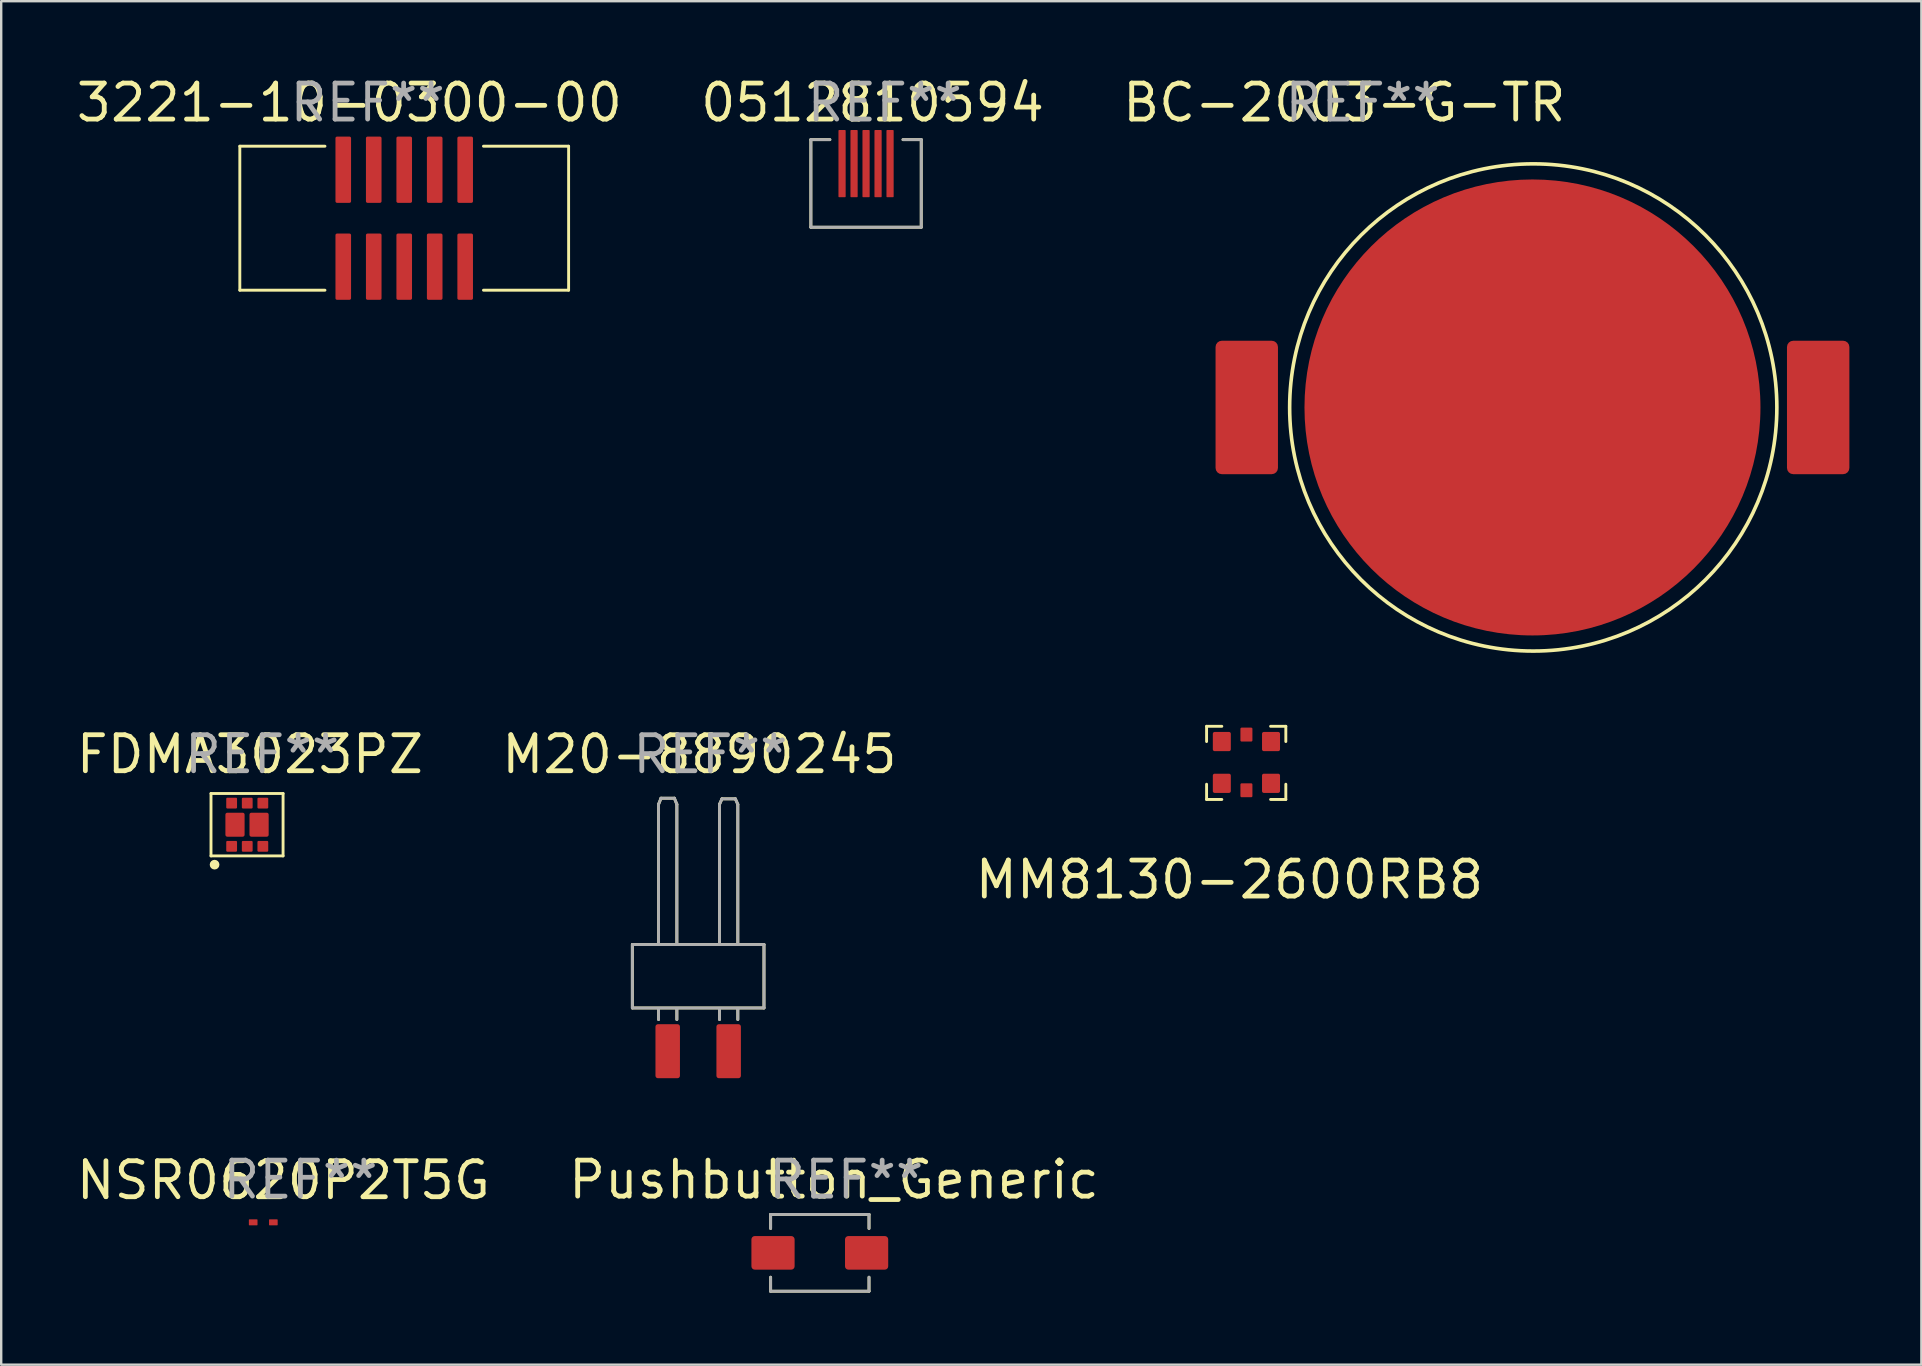
<source format=kicad_pcb>
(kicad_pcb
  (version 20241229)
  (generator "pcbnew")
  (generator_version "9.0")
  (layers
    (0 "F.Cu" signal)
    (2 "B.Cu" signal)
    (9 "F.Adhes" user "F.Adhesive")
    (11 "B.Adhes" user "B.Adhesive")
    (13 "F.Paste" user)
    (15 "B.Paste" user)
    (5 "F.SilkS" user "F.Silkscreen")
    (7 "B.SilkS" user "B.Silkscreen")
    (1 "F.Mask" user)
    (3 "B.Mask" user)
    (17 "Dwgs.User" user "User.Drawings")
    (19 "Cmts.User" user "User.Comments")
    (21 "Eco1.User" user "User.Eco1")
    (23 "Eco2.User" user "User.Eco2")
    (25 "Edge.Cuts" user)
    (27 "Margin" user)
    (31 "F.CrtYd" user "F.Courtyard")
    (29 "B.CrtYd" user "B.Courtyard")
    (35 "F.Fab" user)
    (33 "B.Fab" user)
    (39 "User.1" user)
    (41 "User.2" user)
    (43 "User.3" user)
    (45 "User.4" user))
  (footprint "Pushbutton_Generic"
    (layer "F.Cu")
    (at 29.16 49.154)
    (property "Reference" "Pushbutton_Generic" (at 2.54 -3.048 0) (layer "F.SilkS") (effects (font (size 1.5 1.5) (thickness 0.2))))
    (attr through_hole)
    (fp_line (start -0.1 -1.6) (end -0.1 -1.016) (stroke (width 0.12) (type solid)) (layer "F.SilkS"))
    (fp_line (start -0.1 -1.6) (end 4 -1.6) (stroke (width 0.12) (type solid)) (layer "F.SilkS"))
    (fp_line (start -0.1 1.6) (end -0.1 1.016) (stroke (width 0.12) (type solid)) (layer "F.SilkS"))
    (fp_line (start -0.1 1.6) (end 4 1.6) (stroke (width 0.12) (type solid)) (layer "F.SilkS"))
    (fp_line (start 4 -1.6) (end 4 -1.016) (stroke (width 0.12) (type solid)) (layer "F.SilkS"))
    (fp_line (start 4 1.6) (end 4 1.016) (stroke (width 0.12) (type solid)) (layer "F.SilkS"))
    (fp_line (start -0.1 -1.6) (end -0.1 -1.016) (stroke (width 0.12) (type solid)) (layer "F.Fab"))
    (fp_line (start -0.1 -1.6) (end 4 -1.6) (stroke (width 0.12) (type solid)) (layer "F.Fab"))
    (fp_line (start -0.1 1.6) (end -0.1 1.016) (stroke (width 0.12) (type solid)) (layer "F.Fab"))
    (fp_line (start -0.1 1.6) (end 4 1.6) (stroke (width 0.12) (type solid)) (layer "F.Fab"))
    (fp_line (start 4 -1.6) (end 4 -1.016) (stroke (width 0.12) (type solid)) (layer "F.Fab"))
    (fp_line (start 4 1.6) (end 4 1.016) (stroke (width 0.12) (type solid)) (layer "F.Fab"))
    (fp_text user "REF**" (at 3.048 -3.048 0) (layer "F.Fab") (effects (font (size 1.5 1.5) (thickness 0.2))))
    (pad "1" smd roundrect (at 0 0) (size 1.8 1.4) (layers "F.Cu" "F.Mask" "F.Paste") (roundrect_rratio 0.1))
    (pad "2" smd roundrect (at 3.9 0) (size 1.8 1.4) (layers "F.Cu" "F.Mask" "F.Paste") (roundrect_rratio 0.1)))
  (footprint "FDMA3023PZ"
    (layer "F.Cu")
    (at 6.602 30.414)
    (property "Reference" "FDMA3023PZ" (at 0.762 -2.032 0) (layer "F.SilkS") (effects (font (size 1.5 1.5) (thickness 0.2))))
    (attr through_hole)
    (fp_line (start -0.86 -0.4) (end -0.86 2.2) (stroke (width 0.12) (type solid)) (layer "F.SilkS"))
    (fp_line (start -0.86 2.2) (end 2.143 2.2) (stroke (width 0.12) (type solid)) (layer "F.SilkS"))
    (fp_line (start 2.143 -0.4) (end -0.86 -0.4) (stroke (width 0.12) (type solid)) (layer "F.SilkS"))
    (fp_line (start 2.143 2.2) (end 2.143 -0.4) (stroke (width 0.12) (type solid)) (layer "F.SilkS"))
    (fp_circle (center -0.711 2.565) (end -0.584 2.565) (stroke (width 0.15) (type solid)) (fill no) (layer "F.SilkS"))
    (fp_poly (pts (xy -0.711 2.438) (xy -0.584 2.565) (xy -0.711 2.692) (xy -0.838 2.565)) (stroke (width 0.1) (type solid)) (fill yes) (layer "F.SilkS"))
    (fp_text user "REF**" (at 1.27 -2.032 0) (layer "F.Fab") (effects (font (size 1.5 1.5) (thickness 0.2))))
    (pad "1" smd roundrect (at 0 1.8) (size 0.45 0.45) (layers "F.Cu" "F.Mask" "F.Paste") (roundrect_rratio 0.1))
    (pad "2" smd roundrect (at 0.65 1.8) (size 0.45 0.45) (layers "F.Cu" "F.Mask" "F.Paste") (roundrect_rratio 0.1))
    (pad "3" smd roundrect (at 1.143 0.9) (size 0.8 1) (layers "F.Cu" "F.Mask" "F.Paste") (roundrect_rratio 0.1))
    (pad "3" smd roundrect (at 1.3 1.8) (size 0.45 0.45) (layers "F.Cu" "F.Mask" "F.Paste") (roundrect_rratio 0.1))
    (pad "4" smd roundrect (at 1.3 0) (size 0.45 0.45) (layers "F.Cu" "F.Mask" "F.Paste") (roundrect_rratio 0.1))
    (pad "5" smd roundrect (at 0.65 0) (size 0.45 0.45) (layers "F.Cu" "F.Mask" "F.Paste") (roundrect_rratio 0.1))
    (pad "6" smd roundrect (at 0 0) (size 0.45 0.45) (layers "F.Cu" "F.Mask" "F.Paste") (roundrect_rratio 0.1))
    (pad "6" smd roundrect (at 0.14 0.9) (size 0.8 1) (layers "F.Cu" "F.Mask" "F.Paste") (roundrect_rratio 0.1)))
  (footprint "3221-10-0300-00"
    (layer "F.Cu")
    (at 11.253 4.022)
    (property "Reference" "3221-10-0300-00" (at 0.254 -2.794 0) (layer "F.SilkS") (effects (font (size 1.5 1.5) (thickness 0.2))))
    (attr through_hole)
    (fp_line (start -4.31 -0.98) (end -4.31 5.02) (stroke (width 0.12) (type solid)) (layer "F.SilkS"))
    (fp_line (start -4.31 -0.98) (end -0.762 -0.98) (stroke (width 0.12) (type solid)) (layer "F.SilkS"))
    (fp_line (start -4.31 5.02) (end -0.762 5.02) (stroke (width 0.12) (type solid)) (layer "F.SilkS"))
    (fp_line (start 9.39 -0.98) (end 5.842 -0.98) (stroke (width 0.12) (type solid)) (layer "F.SilkS"))
    (fp_line (start 9.39 -0.98) (end 9.39 5.02) (stroke (width 0.12) (type solid)) (layer "F.SilkS"))
    (fp_line (start 9.39 5.02) (end 5.842 5.02) (stroke (width 0.12) (type solid)) (layer "F.SilkS"))
    (fp_text user "REF**" (at 1.016 -2.794 0) (layer "F.Fab") (effects (font (size 1.5 1.5) (thickness 0.2))))
    (pad "1" smd roundrect (at 0 4.04) (size 0.65 2.76) (layers "F.Cu" "F.Mask" "F.Paste") (roundrect_rratio 0.1))
    (pad "2" smd roundrect (at 0 0) (size 0.65 2.76) (layers "F.Cu" "F.Mask" "F.Paste") (roundrect_rratio 0.1))
    (pad "3" smd roundrect (at 1.27 4.04) (size 0.65 2.76) (layers "F.Cu" "F.Mask" "F.Paste") (roundrect_rratio 0.1))
    (pad "4" smd roundrect (at 1.27 0) (size 0.65 2.76) (layers "F.Cu" "F.Mask" "F.Paste") (roundrect_rratio 0.1))
    (pad "5" smd roundrect (at 2.54 4.04) (size 0.65 2.76) (layers "F.Cu" "F.Mask" "F.Paste") (roundrect_rratio 0.1))
    (pad "6" smd roundrect (at 2.54 0) (size 0.65 2.76) (layers "F.Cu" "F.Mask" "F.Paste") (roundrect_rratio 0.1))
    (pad "7" smd roundrect (at 3.81 4.04) (size 0.65 2.76) (layers "F.Cu" "F.Mask" "F.Paste") (roundrect_rratio 0.1))
    (pad "8" smd roundrect (at 3.81 0) (size 0.65 2.76) (layers "F.Cu" "F.Mask" "F.Paste") (roundrect_rratio 0.1))
    (pad "9" smd roundrect (at 5.08 4.04) (size 0.65 2.76) (layers "F.Cu" "F.Mask" "F.Paste") (roundrect_rratio 0.1))
    (pad "10" smd roundrect (at 5.08 0) (size 0.65 2.76) (layers "F.Cu" "F.Mask" "F.Paste") (roundrect_rratio 0.1)))
  (footprint "0512810594"
    (layer "F.Cu")
    (at 32.037 3.768)
    (property "Reference" "0512810594" (at 1.27 -2.54 0) (layer "F.SilkS") (effects (font (size 1.5 1.5) (thickness 0.2))))
    (attr through_hole)
    (fp_line (start -1.3 -1) (end -1.3 2.65) (stroke (width 0.12) (type solid)) (layer "F.SilkS"))
    (fp_line (start -1.3 -1) (end -0.508 -1) (stroke (width 0.12) (type solid)) (layer "F.SilkS"))
    (fp_line (start -1.3 2.65) (end 3.3 2.65) (stroke (width 0.12) (type solid)) (layer "F.SilkS"))
    (fp_line (start 3.3 -1) (end 2.54 -1) (stroke (width 0.12) (type solid)) (layer "F.SilkS"))
    (fp_line (start 3.3 -1) (end 3.3 2.65) (stroke (width 0.12) (type solid)) (layer "F.SilkS"))
    (fp_line (start -1.3 -1) (end -0.508 -1) (stroke (width 0.12) (type solid)) (layer "F.Fab"))
    (fp_line (start -1.3 2.65) (end -1.3 -1) (stroke (width 0.12) (type solid)) (layer "F.Fab"))
    (fp_line (start 2.54 -1) (end 3.3 -1) (stroke (width 0.12) (type solid)) (layer "F.Fab"))
    (fp_line (start 3.3 -1) (end 3.3 2.65) (stroke (width 0.12) (type solid)) (layer "F.Fab"))
    (fp_line (start 3.3 2.65) (end -1.3 2.65) (stroke (width 0.12) (type solid)) (layer "F.Fab"))
    (fp_text user "REF**" (at 1.778 -2.54 0) (layer "F.Fab") (effects (font (size 1.5 1.5) (thickness 0.2))))
    (pad "1" smd roundrect (at 0 0) (size 0.3 2.8) (layers "F.Cu" "F.Mask" "F.Paste") (roundrect_rratio 0.1))
    (pad "2" smd roundrect (at 0.5 0) (size 0.3 2.8) (layers "F.Cu" "F.Mask" "F.Paste") (roundrect_rratio 0.1))
    (pad "3" smd roundrect (at 1 0) (size 0.3 2.8) (layers "F.Cu" "F.Mask" "F.Paste") (roundrect_rratio 0.1))
    (pad "4" smd roundrect (at 1.5 0) (size 0.3 2.8) (layers "F.Cu" "F.Mask" "F.Paste") (roundrect_rratio 0.1))
    (pad "5" smd roundrect (at 2 0) (size 0.3 2.8) (layers "F.Cu" "F.Mask" "F.Paste") (roundrect_rratio 0.1)))
  (footprint "NSR0620P2T5G"
    (layer "F.Cu")
    (at 7.5 47.883)
    (property "Reference" "NSR0620P2T5G" (at 1.257 -1.752 0) (layer "F.SilkS") (effects (font (size 1.5 1.5) (thickness 0.2))))
    (attr through_hole)
    (fp_text user "REF**" (at 1.968 -1.777 0) (layer "F.Fab") (effects (font (size 1.5 1.5) (thickness 0.2))))
    (pad "1" smd roundrect (at 0 0) (size 0.36 0.25) (layers "F.Cu" "F.Mask" "F.Paste") (roundrect_rratio 0.1))
    (pad "2" smd roundrect (at 0.84 0) (size 0.36 0.25) (layers "F.Cu" "F.Mask" "F.Paste") (roundrect_rratio 0.1)))
  (footprint "MM8130-2600RB8"
    (layer "F.Cu")
    (at 47.861 27.849)
    (property "Reference" "MM8130-2600RB8" (at 0.318 5.754 0) (layer "F.SilkS") (effects (font (size 1.5 1.5) (thickness 0.2))))
    (attr through_hole)
    (fp_line (start -0.635 0) (end -0.635 -0.635) (stroke (width 0.12) (type solid)) (layer "F.SilkS"))
    (fp_line (start -0.635 1.778) (end -0.635 2.413) (stroke (width 0.12) (type solid)) (layer "F.SilkS"))
    (fp_line (start 0 -0.635) (end -0.635 -0.635) (stroke (width 0.12) (type solid)) (layer "F.SilkS"))
    (fp_line (start 0 2.413) (end -0.635 2.413) (stroke (width 0.12) (type solid)) (layer "F.SilkS"))
    (fp_line (start 2.032 -0.635) (end 2.667 -0.635) (stroke (width 0.12) (type solid)) (layer "F.SilkS"))
    (fp_line (start 2.032 2.413) (end 2.667 2.413) (stroke (width 0.12) (type solid)) (layer "F.SilkS"))
    (fp_line (start 2.667 0) (end 2.667 -0.635) (stroke (width 0.12) (type solid)) (layer "F.SilkS"))
    (fp_line (start 2.667 1.778) (end 2.667 2.413) (stroke (width 0.12) (type solid)) (layer "F.SilkS"))
    (pad "1" smd roundrect (at 1.025 -0.29) (size 0.5 0.58) (layers "F.Cu" "F.Mask" "F.Paste") (roundrect_rratio 0.1))
    (pad "2" smd roundrect (at 1.025 2.03) (size 0.5 0.58) (layers "F.Cu" "F.Mask" "F.Paste") (roundrect_rratio 0.1))
    (pad "3" smd roundrect (at 0 0) (size 0.75 0.8) (layers "F.Cu" "F.Mask" "F.Paste") (roundrect_rratio 0.1))
    (pad "3" smd roundrect (at 0 1.74) (size 0.75 0.8) (layers "F.Cu" "F.Mask" "F.Paste") (roundrect_rratio 0.1))
    (pad "3" smd roundrect (at 2.05 0) (size 0.75 0.8) (layers "F.Cu" "F.Mask" "F.Paste") (roundrect_rratio 0.1))
    (pad "3" smd roundrect (at 2.05 1.74) (size 0.75 0.8) (layers "F.Cu" "F.Mask" "F.Paste") (roundrect_rratio 0.1)))
  (footprint "BC-2003-G-TR"
    (layer "F.Cu")
    (at 48.9 13.928)
    (property "Reference" "BC-2003-G-TR" (at 4.064 -12.7 0) (layer "F.SilkS") (effects (font (size 1.5 1.5) (thickness 0.2))))
    (attr through_hole)
    (fp_circle (center 11.938 0) (end 17.272 8.636) (stroke (width 0.15) (type solid)) (fill no) (layer "F.SilkS"))
    (fp_text user "REF**" (at 4.826 -12.7 0) (layer "F.Fab") (effects (font (size 1.5 1.5) (thickness 0.2))))
    (pad "" smd roundrect (at 23.81 0) (size 2.6 5.56) (layers "F.Cu" "F.Mask" "F.Paste") (roundrect_rratio 0.1))
    (pad "1" smd roundrect (at 0 0) (size 2.6 5.56) (layers "F.Cu" "F.Mask" "F.Paste") (roundrect_rratio 0.1))
    (pad "2" smd circle (at 11.905 0) (size 19 19) (layers "F.Cu" "F.Mask" "F.Paste")))
  (footprint "M20-8890245"
    (layer "F.Cu")
    (at 24.772 40.752)
    (property "Reference" "M20-8890245" (at 1.321 -12.37 0) (layer "F.SilkS") (effects (font (size 1.5 1.5) (thickness 0.2))))
    (attr through_hole)
    (fp_line (start -1.473 -4.445) (end -1.473 -1.803) (stroke (width 0.12) (type solid)) (layer "F.SilkS"))
    (fp_line (start -1.47 -4.445) (end 4.01 -4.445) (stroke (width 0.12) (type solid)) (layer "F.SilkS"))
    (fp_line (start -1.47 -1.803) (end 4.01 -1.803) (stroke (width 0.12) (type solid)) (layer "F.SilkS"))
    (fp_line (start -0.381 -10.287) (end -0.279 -10.541) (stroke (width 0.12) (type solid)) (layer "F.SilkS"))
    (fp_line (start -0.381 -4.445) (end -0.381 -10.287) (stroke (width 0.12) (type solid)) (layer "F.SilkS"))
    (fp_line (start -0.381 -1.321) (end -0.381 -1.778) (stroke (width 0.12) (type solid)) (layer "F.SilkS"))
    (fp_line (start 0.279 -10.541) (end -0.279 -10.541) (stroke (width 0.12) (type solid)) (layer "F.SilkS"))
    (fp_line (start 0.381 -10.287) (end 0.279 -10.541) (stroke (width 0.12) (type solid)) (layer "F.SilkS"))
    (fp_line (start 0.381 -4.445) (end 0.381 -10.287) (stroke (width 0.12) (type solid)) (layer "F.SilkS"))
    (fp_line (start 0.381 -1.321) (end 0.381 -1.778) (stroke (width 0.12) (type solid)) (layer "F.SilkS"))
    (fp_line (start 2.159 -10.287) (end 2.261 -10.516) (stroke (width 0.12) (type solid)) (layer "F.SilkS"))
    (fp_line (start 2.159 -4.445) (end 2.159 -10.287) (stroke (width 0.12) (type solid)) (layer "F.SilkS"))
    (fp_line (start 2.159 -1.321) (end 2.159 -1.778) (stroke (width 0.12) (type solid)) (layer "F.SilkS"))
    (fp_line (start 2.819 -10.516) (end 2.261 -10.516) (stroke (width 0.12) (type solid)) (layer "F.SilkS"))
    (fp_line (start 2.921 -10.287) (end 2.819 -10.516) (stroke (width 0.12) (type solid)) (layer "F.SilkS"))
    (fp_line (start 2.921 -4.445) (end 2.921 -10.287) (stroke (width 0.12) (type solid)) (layer "F.SilkS"))
    (fp_line (start 2.921 -1.321) (end 2.921 -1.778) (stroke (width 0.12) (type solid)) (layer "F.SilkS"))
    (fp_line (start 4.01 -4.445) (end 4.01 -1.803) (stroke (width 0.12) (type solid)) (layer "F.SilkS"))
    (fp_line (start -1.473 -4.445) (end -1.473 -1.803) (stroke (width 0.12) (type solid)) (layer "F.Fab"))
    (fp_line (start -0.381 -10.287) (end -0.279 -10.541) (stroke (width 0.12) (type solid)) (layer "F.Fab"))
    (fp_line (start -0.381 -4.445) (end -0.381 -10.287) (stroke (width 0.12) (type solid)) (layer "F.Fab"))
    (fp_line (start -0.381 -1.321) (end -0.381 -1.778) (stroke (width 0.12) (type solid)) (layer "F.Fab"))
    (fp_line (start -0.279 -10.541) (end 0.279 -10.541) (stroke (width 0.12) (type solid)) (layer "F.Fab"))
    (fp_line (start 0.279 -10.541) (end 0.381 -10.287) (stroke (width 0.12) (type solid)) (layer "F.Fab"))
    (fp_line (start 0.381 -4.47) (end 0.381 -10.287) (stroke (width 0.12) (type solid)) (layer "F.Fab"))
    (fp_line (start 0.381 -1.321) (end 0.381 -1.778) (stroke (width 0.12) (type solid)) (layer "F.Fab"))
    (fp_line (start 2.159 -10.287) (end 2.261 -10.516) (stroke (width 0.12) (type solid)) (layer "F.Fab"))
    (fp_line (start 2.159 -4.445) (end 2.159 -10.262) (stroke (width 0.12) (type solid)) (layer "F.Fab"))
    (fp_line (start 2.159 -1.321) (end 2.159 -1.778) (stroke (width 0.12) (type solid)) (layer "F.Fab"))
    (fp_line (start 2.261 -10.516) (end 2.819 -10.516) (stroke (width 0.12) (type solid)) (layer "F.Fab"))
    (fp_line (start 2.819 -10.516) (end 2.921 -10.287) (stroke (width 0.12) (type solid)) (layer "F.Fab"))
    (fp_line (start 2.921 -4.445) (end 2.921 -10.262) (stroke (width 0.12) (type solid)) (layer "F.Fab"))
    (fp_line (start 2.921 -1.321) (end 2.921 -1.778) (stroke (width 0.12) (type solid)) (layer "F.Fab"))
    (fp_line (start 4.013 -4.445) (end -1.473 -4.445) (stroke (width 0.12) (type solid)) (layer "F.Fab"))
    (fp_line (start 4.013 -4.445) (end 4.013 -1.803) (stroke (width 0.12) (type solid)) (layer "F.Fab"))
    (fp_line (start 4.013 -1.803) (end -1.473 -1.803) (stroke (width 0.12) (type solid)) (layer "F.Fab"))
    (fp_text user "REF**" (at 1.778 -12.37 0) (layer "F.Fab") (effects (font (size 1.5 1.5) (thickness 0.2))))
    (pad "1" smd roundrect (at 0 0) (size 1.02 2.25) (layers "F.Cu" "F.Mask" "F.Paste") (roundrect_rratio 0.1))
    (pad "2" smd roundrect (at 2.54 0) (size 1.02 2.25) (layers "F.Cu" "F.Mask" "F.Paste") (roundrect_rratio 0.1)))
  (gr_rect
    (start -3 -3)
    (end 77.01 53.814)
    (stroke (width 0.1) (type default))
    (fill no)
    (layer "Edge.Cuts")))
</source>
